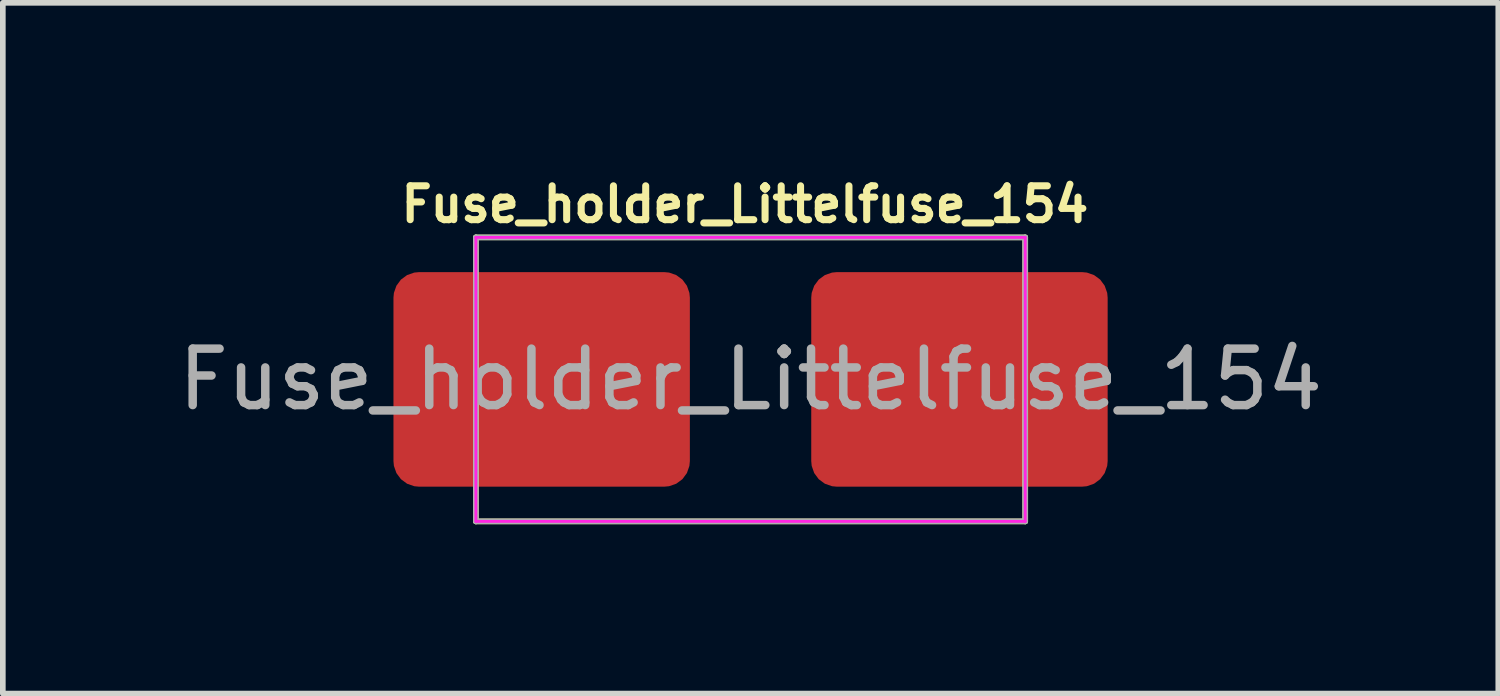
<source format=kicad_pcb>
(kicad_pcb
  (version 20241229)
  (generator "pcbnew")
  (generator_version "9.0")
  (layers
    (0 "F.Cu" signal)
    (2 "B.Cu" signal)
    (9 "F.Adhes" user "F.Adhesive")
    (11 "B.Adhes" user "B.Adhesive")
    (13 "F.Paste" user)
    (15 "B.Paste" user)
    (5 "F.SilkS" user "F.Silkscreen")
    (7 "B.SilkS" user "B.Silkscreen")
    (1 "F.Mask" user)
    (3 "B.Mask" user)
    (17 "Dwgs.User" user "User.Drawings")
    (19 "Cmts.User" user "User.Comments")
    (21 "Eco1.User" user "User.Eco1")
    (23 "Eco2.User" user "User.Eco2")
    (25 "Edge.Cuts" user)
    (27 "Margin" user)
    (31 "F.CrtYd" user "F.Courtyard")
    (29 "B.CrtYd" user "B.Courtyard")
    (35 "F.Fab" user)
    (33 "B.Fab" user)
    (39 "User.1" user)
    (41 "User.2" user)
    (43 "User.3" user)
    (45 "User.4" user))
  (footprint "Fuse_holder_Littelfuse_154"
    (layer "F.Cu")
    (at 10.244 3.67)
    (property "Reference" "Fuse_holder_Littelfuse_154" (at -0.1 -3.1 0) (layer "F.SilkS") (effects (font (size 0.6 0.6) (thickness 0.125))))
    (attr smd)
    (fp_line (start -4.865 -2.515) (end -4.865 2.515) (stroke (width 0.1) (type solid)) (layer "F.SilkS"))
    (fp_line (start -4.865 -2.515) (end 4.865 -2.515) (stroke (width 0.1) (type solid)) (layer "F.SilkS"))
    (fp_line (start -4.865 2.515) (end 4.865 2.515) (stroke (width 0.1) (type solid)) (layer "F.SilkS"))
    (fp_line (start 4.865 -2.515) (end 4.865 2.515) (stroke (width 0.1) (type solid)) (layer "F.SilkS"))
    (fp_line (start -4.865 -2.515) (end 4.865 -2.515) (stroke (width 0.05) (type solid)) (layer "F.CrtYd"))
    (fp_line (start -4.865 2.515) (end -4.865 -2.515) (stroke (width 0.05) (type solid)) (layer "F.CrtYd"))
    (fp_line (start -4.865 2.515) (end 4.865 2.515) (stroke (width 0.05) (type solid)) (layer "F.CrtYd"))
    (fp_line (start 4.865 -2.515) (end 4.865 2.515) (stroke (width 0.05) (type solid)) (layer "F.CrtYd"))
    (fp_line (start -4.865 -2.515) (end -4.865 2.515) (stroke (width 0.1) (type solid)) (layer "F.Fab"))
    (fp_line (start -4.865 -2.515) (end 4.865 -2.515) (stroke (width 0.1) (type solid)) (layer "F.Fab"))
    (fp_line (start -4.865 2.515) (end 4.865 2.515) (stroke (width 0.1) (type solid)) (layer "F.Fab"))
    (fp_line (start 4.865 -2.515) (end 4.865 2.515) (stroke (width 0.1) (type solid)) (layer "F.Fab"))
    (fp_text user "${REFERENCE}" (at 0 0 0) (layer "F.Fab") (effects (font (size 1 1) (thickness 0.15))))
    (pad "1" smd roundrect (at -3.7 0) (size 5.25 3.8) (layers "F.Cu" "F.Mask" "F.Paste") (roundrect_rratio 0.119))
    (pad "2" smd roundrect (at 3.7 0) (size 5.25 3.8) (layers "F.Cu" "F.Mask" "F.Paste") (roundrect_rratio 0.119)))
  (gr_rect
    (start -3 -3)
    (end 23.488 9.235)
    (stroke (width 0.1) (type default))
    (fill no)
    (layer "Edge.Cuts")))
</source>
